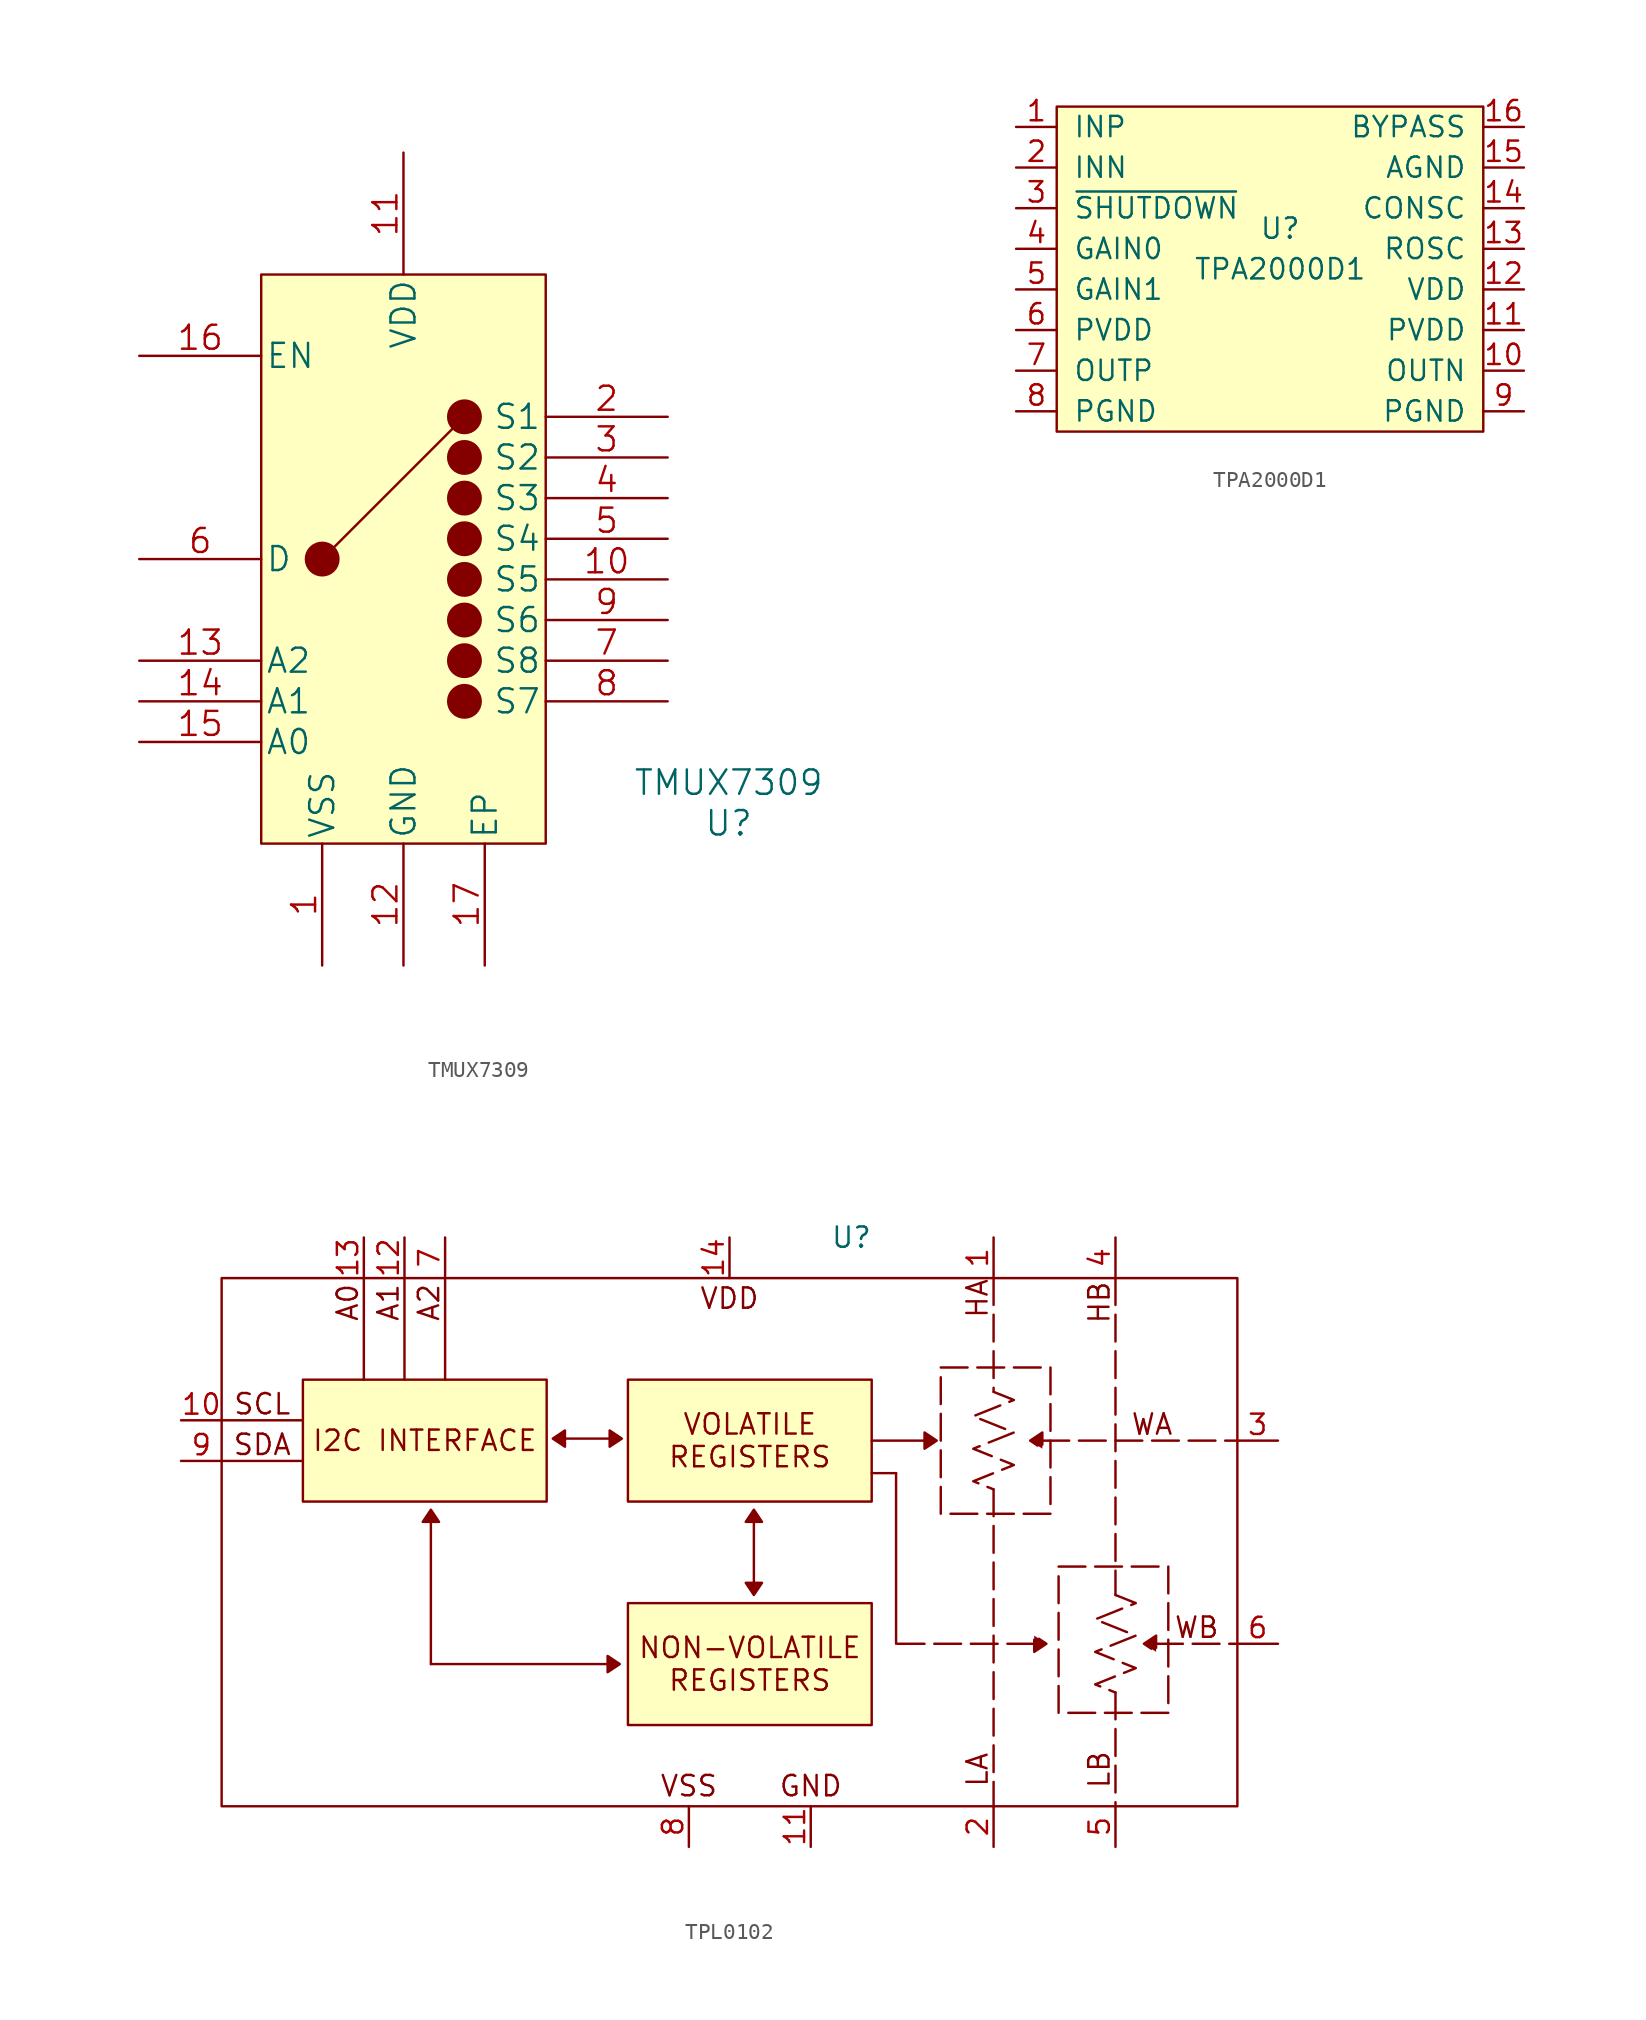
<source format=kicad_sym>
(kicad_symbol_lib
  (version 20220914)
  (generator kicad_symbol_editor)
  (symbol "TMUX7309"
    (pin_names
      (offset 0.254))
    (property "Reference" "U"
      (at 20.32 -16.51 0)
      (effects (font (size 1.524 1.524))))
    (property "Value" "TMUX7309"
      (at 20.32 -13.97 0)
      (effects (font (size 1.524 1.524))))
    (property "Datasheet" ""
      (at -1.27 -5.08 90)
      (effects (font (size 1.524 1.524))))
    (symbol "TMUX7309_0_1"
      (rectangle (start -8.89 17.78) (end 8.89 -17.78) (stroke (width 0) (type solid)) (fill (type background)))
      (circle (center -5.08 0) (radius 0.0001) (stroke (width 1.092) (type solid)) (fill (type none)))
      (polyline (pts (xy -5.08 0) (xy 3.81 8.89)) (stroke (width 0) (type solid)) (fill (type none)))
      (circle (center 3.81 -8.89) (radius 0.0001) (stroke (width 1.092) (type solid)) (fill (type none)))
      (circle (center 3.81 -6.35) (radius 0.0001) (stroke (width 1.092) (type solid)) (fill (type none)))
      (circle (center 3.81 -3.81) (radius 0.0001) (stroke (width 1.092) (type solid)) (fill (type none)))
      (circle (center 3.81 -1.27) (radius 0.0001) (stroke (width 1.092) (type solid)) (fill (type none)))
      (circle (center 3.81 1.27) (radius 0.0001) (stroke (width 1.092) (type solid)) (fill (type none)))
      (circle (center 3.81 3.81) (radius 0.0001) (stroke (width 1.092) (type solid)) (fill (type none)))
      (circle (center 3.81 6.35) (radius 0.0001) (stroke (width 1.092) (type solid)) (fill (type none)))
      (circle (center 3.81 8.89) (radius 0.0001) (stroke (width 1.092) (type solid)) (fill (type none))))
    (symbol "TMUX7309_1_1"
      (pin no_connect line (at -1.27 -5.08 90) (length 7.62) hide (name "N-C-" (effects (font (size 1.499 1.499)))) (number "1" (effects (font (size 1.499 1.499)))))
      (pin power_in line (at -5.08 -25.4 90) (length 7.62) (name "VSS" (effects (font (size 1.499 1.499)))) (number "1" (effects (font (size 1.499 1.499)))))
      (pin bidirectional line (at 16.51 -1.27 180) (length 7.62) (name "S5" (effects (font (size 1.499 1.499)))) (number "10" (effects (font (size 1.499 1.499)))))
      (pin power_in line (at 0 25.4 270) (length 7.62) (name "VDD" (effects (font (size 1.499 1.499)))) (number "11" (effects (font (size 1.499 1.499)))))
      (pin power_in line (at 0 -25.4 90) (length 7.62) (name "GND" (effects (font (size 1.499 1.499)))) (number "12" (effects (font (size 1.499 1.499)))))
      (pin bidirectional line (at -16.51 -6.35 0) (length 7.62) (name "A2" (effects (font (size 1.499 1.499)))) (number "13" (effects (font (size 1.499 1.499)))))
      (pin bidirectional line (at -16.51 -8.89 0) (length 7.62) (name "A1" (effects (font (size 1.499 1.499)))) (number "14" (effects (font (size 1.499 1.499)))))
      (pin bidirectional line (at -16.51 -11.43 0) (length 7.62) (name "A0" (effects (font (size 1.499 1.499)))) (number "15" (effects (font (size 1.499 1.499)))))
      (pin input line (at -16.51 12.7 0) (length 7.62) (name "EN" (effects (font (size 1.499 1.499)))) (number "16" (effects (font (size 1.499 1.499)))))
      (pin power_in line (at 5.08 -25.4 90) (length 7.62) (name "EP" (effects (font (size 1.499 1.499)))) (number "17" (effects (font (size 1.499 1.499)))))
      (pin bidirectional line (at 16.51 8.89 180) (length 7.62) (name "S1" (effects (font (size 1.499 1.499)))) (number "2" (effects (font (size 1.499 1.499)))))
      (pin bidirectional line (at 16.51 6.35 180) (length 7.62) (name "S2" (effects (font (size 1.499 1.499)))) (number "3" (effects (font (size 1.499 1.499)))))
      (pin bidirectional line (at 16.51 3.81 180) (length 7.62) (name "S3" (effects (font (size 1.499 1.499)))) (number "4" (effects (font (size 1.499 1.499)))))
      (pin bidirectional line (at 16.51 1.27 180) (length 7.62) (name "S4" (effects (font (size 1.499 1.499)))) (number "5" (effects (font (size 1.499 1.499)))))
      (pin unspecified line (at -16.51 0 0) (length 7.62) (name "D" (effects (font (size 1.499 1.499)))) (number "6" (effects (font (size 1.499 1.499)))))
      (pin bidirectional line (at 16.51 -6.35 180) (length 7.62) (name "S8" (effects (font (size 1.499 1.499)))) (number "7" (effects (font (size 1.499 1.499)))))
      (pin bidirectional line (at 16.51 -8.89 180) (length 7.62) (name "S7" (effects (font (size 1.499 1.499)))) (number "8" (effects (font (size 1.499 1.499)))))
      (pin bidirectional line (at 16.51 -3.81 180) (length 7.62) (name "S6" (effects (font (size 1.499 1.499)))) (number "9" (effects (font (size 1.499 1.499)))))))
  (symbol "TPA2000D1"
    (pin_names
      (offset 1.016))
    (property "Reference" "U"
      (at 0 0 0)
      (effects (font (size 1.27 1.27))))
    (property "Value" "TPA2000D1"
      (at 0 -2.54 0)
      (effects (font (size 1.27 1.27))))
    (symbol "TPA2000D1_0_1"
      (rectangle (start -13.97 7.62) (end 12.7 -12.7) (stroke (width 0) (type solid)) (fill (type background))))
    (symbol "TPA2000D1_1_1"
      (pin input line (at -16.51 6.35 0) (length 2.54) (name "INP" (effects (font (size 1.27 1.27)))) (number "1" (effects (font (size 1.27 1.27)))))
      (pin input line (at 15.24 -8.89 180) (length 2.54) (name "OUTN" (effects (font (size 1.27 1.27)))) (number "10" (effects (font (size 1.27 1.27)))))
      (pin input line (at 15.24 -6.35 180) (length 2.54) (name "PVDD" (effects (font (size 1.27 1.27)))) (number "11" (effects (font (size 1.27 1.27)))))
      (pin input line (at 15.24 -3.81 180) (length 2.54) (name "VDD" (effects (font (size 1.27 1.27)))) (number "12" (effects (font (size 1.27 1.27)))))
      (pin input line (at 15.24 -1.27 180) (length 2.54) (name "ROSC" (effects (font (size 1.27 1.27)))) (number "13" (effects (font (size 1.27 1.27)))))
      (pin input line (at 15.24 1.27 180) (length 2.54) (name "CONSC" (effects (font (size 1.27 1.27)))) (number "14" (effects (font (size 1.27 1.27)))))
      (pin input line (at 15.24 3.81 180) (length 2.54) (name "AGND" (effects (font (size 1.27 1.27)))) (number "15" (effects (font (size 1.27 1.27)))))
      (pin input line (at 15.24 6.35 180) (length 2.54) (name "BYPASS" (effects (font (size 1.27 1.27)))) (number "16" (effects (font (size 1.27 1.27)))))
      (pin input line (at -16.51 3.81 0) (length 2.54) (name "INN" (effects (font (size 1.27 1.27)))) (number "2" (effects (font (size 1.27 1.27)))))
      (pin input line (at -16.51 1.27 0) (length 2.54) (name "~{SHUTDOWN}" (effects (font (size 1.27 1.27)))) (number "3" (effects (font (size 1.27 1.27)))))
      (pin input line (at -16.51 -1.27 0) (length 2.54) (name "GAIN0" (effects (font (size 1.27 1.27)))) (number "4" (effects (font (size 1.27 1.27)))))
      (pin input line (at -16.51 -3.81 0) (length 2.54) (name "GAIN1" (effects (font (size 1.27 1.27)))) (number "5" (effects (font (size 1.27 1.27)))))
      (pin input line (at -16.51 -6.35 0) (length 2.54) (name "PVDD" (effects (font (size 1.27 1.27)))) (number "6" (effects (font (size 1.27 1.27)))))
      (pin input line (at -16.51 -8.89 0) (length 2.54) (name "OUTP" (effects (font (size 1.27 1.27)))) (number "7" (effects (font (size 1.27 1.27)))))
      (pin input line (at -16.51 -11.43 0) (length 2.54) (name "PGND" (effects (font (size 1.27 1.27)))) (number "8" (effects (font (size 1.27 1.27)))))
      (pin input line (at 15.24 -11.43 180) (length 2.54) (name "PGND" (effects (font (size 1.27 1.27)))) (number "9" (effects (font (size 1.27 1.27)))))))
  (symbol "TPL0102"
    (property "Reference" "U"
      (at 0 0 0)
      (effects (font (size 1.27 1.27))))
    (property "Value" ""
      (at 0 0 0)
      (effects (font (size 1.27 1.27))))
    (symbol "TPL0102_1_1"
      (rectangle (start -39.37 -2.54) (end 24.13 -35.56) (stroke (width 0) (type default)) (fill (type none)))
      (rectangle (start -34.29 -8.89) (end -19.05 -16.51) (stroke (width 0) (type default)) (fill (type background)))
      (rectangle (start -13.97 -22.86) (end 1.27 -30.48) (stroke (width 0) (type default)) (fill (type background)))
      (rectangle (start -13.97 -8.89) (end 1.27 -16.51) (stroke (width 0) (type default)) (fill (type background)))
      (polyline (pts (xy -39.37 -13.97) (xy -34.29 -13.97)) (stroke (width 0) (type default)) (fill (type none)))
      (polyline (pts (xy -39.37 -11.43) (xy -34.29 -11.43)) (stroke (width 0) (type default)) (fill (type none)))
      (polyline (pts (xy -30.48 -2.54) (xy -30.48 -8.89)) (stroke (width 0) (type default)) (fill (type none)))
      (polyline (pts (xy -27.94 -2.54) (xy -27.94 -8.89)) (stroke (width 0) (type default)) (fill (type none)))
      (polyline (pts (xy -26.289 -26.67) (xy -15.113 -26.67)) (stroke (width 0) (type default)) (fill (type none)))
      (polyline (pts (xy -26.289 -17.78) (xy -26.289 -26.67)) (stroke (width 0) (type default)) (fill (type none)))
      (polyline (pts (xy -25.4 -2.54) (xy -25.4 -8.89)) (stroke (width 0) (type default)) (fill (type none)))
      (polyline (pts (xy -17.907 -12.573) (xy -15.113 -12.573)) (stroke (width 0) (type default)) (fill (type none)))
      (polyline (pts (xy -6.096 -17.78) (xy -6.096 -21.717)) (stroke (width 0) (type default)) (fill (type none)))
      (polyline (pts (xy 2.794 -14.732) (xy 1.27 -14.732)) (stroke (width 0) (type default)) (fill (type none)))
      (polyline (pts (xy 2.794 -14.732) (xy 2.794 -25.4)) (stroke (width 0) (type default)) (fill (type none)))
      (polyline (pts (xy 4.572 -12.7) (xy 1.27 -12.7)) (stroke (width 0) (type default)) (fill (type none)))
      (polyline (pts (xy 8.89 -15.748) (xy 8.89 -35.56)) (stroke (width 0) (type default)) (fill (type none)))
      (polyline (pts (xy 8.89 -2.54) (xy 8.89 -9.652)) (stroke (width 0) (type default)) (fill (type none)))
      (polyline (pts (xy 11.43 -25.4) (xy 2.794 -25.4)) (stroke (width 0) (type default)) (fill (type none)))
      (polyline (pts (xy 11.938 -12.7) (xy 24.13 -12.7)) (stroke (width 0) (type default)) (fill (type none)))
      (polyline (pts (xy 16.51 -28.448) (xy 16.51 -35.56)) (stroke (width 0) (type default)) (fill (type none)))
      (polyline (pts (xy 16.51 -2.54) (xy 16.51 -22.352)) (stroke (width 0) (type default)) (fill (type none)))
      (polyline (pts (xy 19.05 -25.4) (xy 24.13 -25.4)) (stroke (width 0) (type default)) (fill (type none)))
      (polyline (pts (xy -26.289 -17.018) (xy -25.781 -17.78) (xy -26.797 -17.78) (xy -26.289 -17.018)) (stroke (width 0) (type default)) (fill (type outline)))
      (polyline (pts (xy -18.669 -12.573) (xy -17.907 -12.065) (xy -17.907 -13.081) (xy -18.669 -12.573)) (stroke (width 0) (type default)) (fill (type outline)))
      (polyline (pts (xy -14.478 -26.67) (xy -15.24 -27.178) (xy -15.24 -26.162) (xy -14.478 -26.67)) (stroke (width 0) (type default)) (fill (type outline)))
      (polyline (pts (xy -14.351 -12.573) (xy -15.113 -13.081) (xy -15.113 -12.065) (xy -14.351 -12.573)) (stroke (width 0) (type default)) (fill (type outline)))
      (polyline (pts (xy -6.096 -22.352) (xy -6.604 -21.59) (xy -5.588 -21.59) (xy -6.096 -22.352)) (stroke (width 0) (type default)) (fill (type outline)))
      (polyline (pts (xy -6.096 -17.018) (xy -5.588 -17.78) (xy -6.604 -17.78) (xy -6.096 -17.018)) (stroke (width 0) (type default)) (fill (type outline)))
      (polyline (pts (xy 5.334 -12.7) (xy 4.572 -13.208) (xy 4.572 -12.192) (xy 5.334 -12.7)) (stroke (width 0) (type default)) (fill (type outline)))
      (polyline (pts (xy 11.176 -12.7) (xy 11.938 -12.192) (xy 11.938 -13.208) (xy 11.176 -12.7)) (stroke (width 0) (type default)) (fill (type outline)))
      (polyline (pts (xy 12.192 -25.4) (xy 11.43 -25.908) (xy 11.43 -24.892) (xy 12.192 -25.4)) (stroke (width 0) (type default)) (fill (type outline)))
      (polyline (pts (xy 18.288 -25.4) (xy 19.05 -24.892) (xy 19.05 -25.908) (xy 18.288 -25.4)) (stroke (width 0) (type default)) (fill (type outline)))
      (polyline (pts (xy 8.89 -9.652) (xy 10.16 -10.16) (xy 7.62 -11.176) (xy 10.16 -12.192) (xy 7.62 -13.208) (xy 10.16 -14.224) (xy 7.62 -15.24) (xy 8.89 -15.748)) (stroke (width 0) (type default)) (fill (type none)))
      (polyline (pts (xy 16.51 -22.352) (xy 17.78 -22.86) (xy 15.24 -23.876) (xy 17.78 -24.892) (xy 15.24 -25.908) (xy 17.78 -26.924) (xy 15.24 -27.94) (xy 16.51 -28.448)) (stroke (width 0) (type default)) (fill (type none)))
      (rectangle (start 5.588 -8.128) (end 12.446 -17.272) (stroke (width 0) (type dash)) (fill (type none)))
      (rectangle (start 12.954 -20.574) (end 19.812 -29.718) (stroke (width 0) (type dash)) (fill (type none)))
      (text "A0" (at -31.496 -4.064 900) (effects (font (size 1.27 1.27))))
      (text "A1" (at -28.956 -4.064 900) (effects (font (size 1.27 1.27))))
      (text "A2" (at -26.416 -4.064 900) (effects (font (size 1.27 1.27))))
      (text "GND" (at -2.54 -34.29 0) (effects (font (size 1.27 1.27))))
      (text "HA" (at 7.874 -3.81 900) (effects (font (size 1.27 1.27))))
      (text "HB" (at 15.494 -4.064 900) (effects (font (size 1.27 1.27))))
      (text "I2C INTERFACE" (at -26.67 -12.7 0) (effects (font (size 1.27 1.27))))
      (text "LA" (at 7.874 -33.274 900) (effects (font (size 1.27 1.27))))
      (text "LB" (at 15.494 -33.274 900) (effects (font (size 1.27 1.27))))
      (text "NON-VOLATILE\nREGISTERS" (at -6.35 -26.67 0) (effects (font (size 1.27 1.27))))
      (text "SCL" (at -36.83 -10.414 0) (effects (font (size 1.27 1.27))))
      (text "SDA" (at -36.83 -12.954 0) (effects (font (size 1.27 1.27))))
      (text "VDD" (at -7.62 -3.81 0) (effects (font (size 1.27 1.27))))
      (text "VOLATILE\nREGISTERS" (at -6.35 -12.7 0) (effects (font (size 1.27 1.27))))
      (text "VSS" (at -10.16 -34.29 0) (effects (font (size 1.27 1.27))))
      (text "WA" (at 18.796 -11.684 0) (effects (font (size 1.27 1.27))))
      (text "WB" (at 21.59 -24.384 0) (effects (font (size 1.27 1.27))))
      (pin bidirectional line (at 8.89 0 270) (length 2.54) (name "HA" (effects (font (size 0 0)))) (number "1" (effects (font (size 1.27 1.27)))))
      (pin input line (at -41.91 -11.43 0) (length 2.54) (name "SCL" (effects (font (size 0 0)))) (number "10" (effects (font (size 1.27 1.27)))))
      (pin power_in line (at -2.54 -38.1 90) (length 2.54) (name "GND" (effects (font (size 0 0)))) (number "11" (effects (font (size 1.27 1.27)))))
      (pin input line (at -27.94 0 270) (length 2.54) (name "A1" (effects (font (size 0 0)))) (number "12" (effects (font (size 1.27 1.27)))))
      (pin input line (at -30.48 0 270) (length 2.54) (name "A0" (effects (font (size 0 0)))) (number "13" (effects (font (size 1.27 1.27)))))
      (pin power_in line (at -7.62 0 270) (length 2.54) (name "VDD" (effects (font (size 0 0)))) (number "14" (effects (font (size 1.27 1.27)))))
      (pin bidirectional line (at 8.89 -38.1 90) (length 2.54) (name "LA" (effects (font (size 0 0)))) (number "2" (effects (font (size 1.27 1.27)))))
      (pin bidirectional line (at 26.67 -12.7 180) (length 2.54) (name "WA" (effects (font (size 0 0)))) (number "3" (effects (font (size 1.27 1.27)))))
      (pin bidirectional line (at 16.51 0 270) (length 2.54) (name "HB" (effects (font (size 0 0)))) (number "4" (effects (font (size 1.27 1.27)))))
      (pin bidirectional line (at 16.51 -38.1 90) (length 2.54) (name "LB" (effects (font (size 0 0)))) (number "5" (effects (font (size 1.27 1.27)))))
      (pin bidirectional line (at 26.67 -25.4 180) (length 2.54) (name "WB" (effects (font (size 0 0)))) (number "6" (effects (font (size 1.27 1.27)))))
      (pin input line (at -25.4 0 270) (length 2.54) (name "A2" (effects (font (size 0 0)))) (number "7" (effects (font (size 1.27 1.27)))))
      (pin power_in line (at -10.16 -38.1 90) (length 2.54) (name "VSS" (effects (font (size 0 0)))) (number "8" (effects (font (size 1.27 1.27)))))
      (pin bidirectional line (at -41.91 -13.97 0) (length 2.54) (name "SDA" (effects (font (size 0 0)))) (number "9" (effects (font (size 1.27 1.27))))))))
</source>
